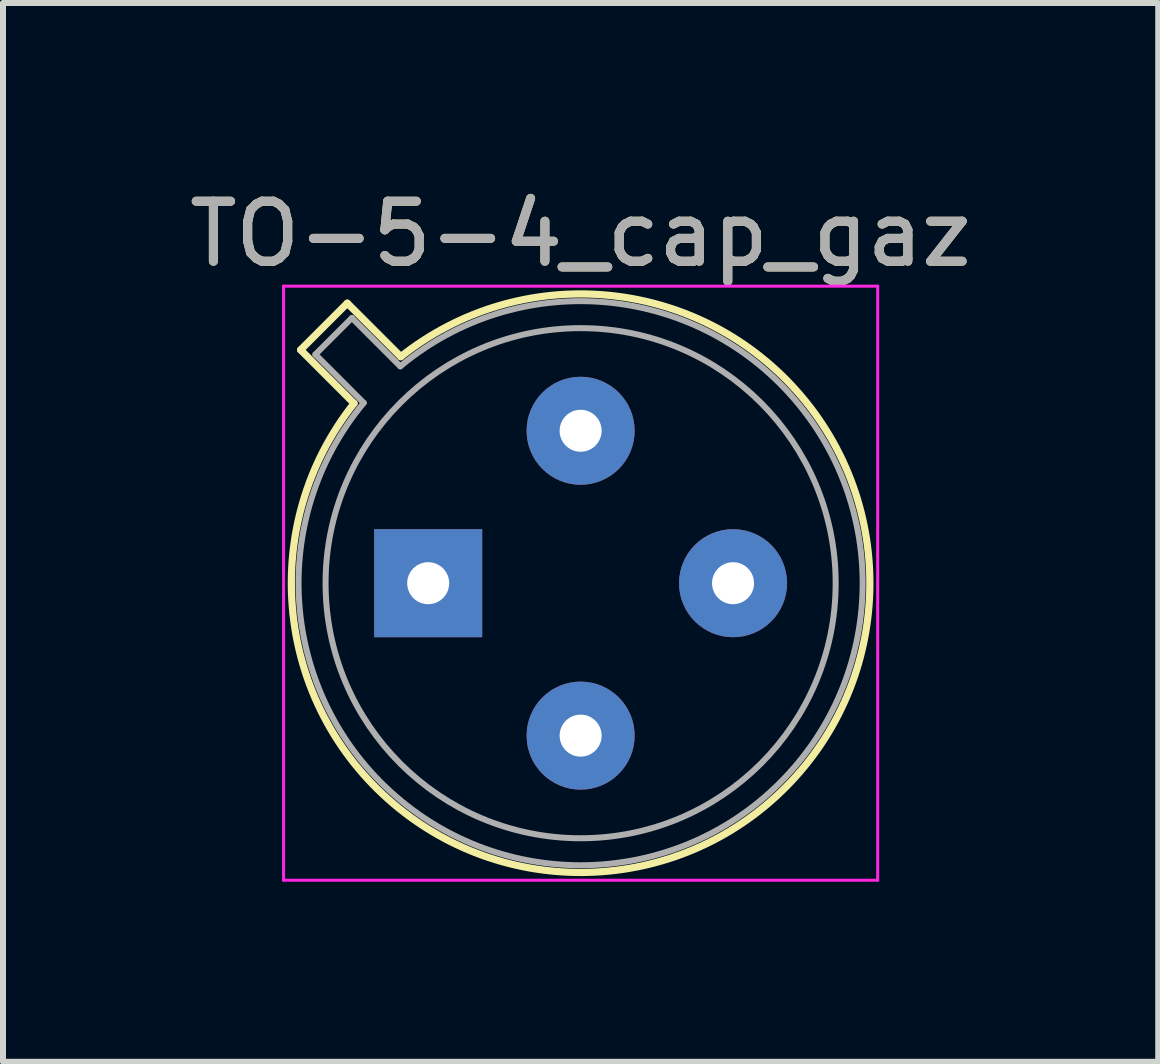
<source format=kicad_pcb>
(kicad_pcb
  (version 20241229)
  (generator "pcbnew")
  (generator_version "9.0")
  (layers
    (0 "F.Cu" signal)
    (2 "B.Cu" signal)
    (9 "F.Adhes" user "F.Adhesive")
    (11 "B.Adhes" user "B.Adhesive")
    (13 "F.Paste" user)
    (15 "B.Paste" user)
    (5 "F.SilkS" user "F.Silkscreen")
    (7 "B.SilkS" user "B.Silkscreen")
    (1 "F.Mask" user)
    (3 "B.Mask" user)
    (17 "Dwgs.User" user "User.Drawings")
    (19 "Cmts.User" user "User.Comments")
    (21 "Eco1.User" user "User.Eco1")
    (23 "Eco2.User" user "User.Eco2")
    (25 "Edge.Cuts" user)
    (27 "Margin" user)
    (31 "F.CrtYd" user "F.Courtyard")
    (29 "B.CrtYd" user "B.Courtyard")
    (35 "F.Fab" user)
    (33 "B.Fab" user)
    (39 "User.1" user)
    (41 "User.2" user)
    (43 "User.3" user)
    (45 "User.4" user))
  (footprint "TO-5-4_cap_gaz"
    (layer "F.Cu")
    (at 4.085 6.668)
    (property "Reference" "TO-5-4_cap_gaz" (at 2.54 -5.82 0) (layer "F.SilkS") (effects (font (size 1 1) (thickness 0.15))))
    (attr through_hole)
    (fp_line (start -2.126 -3.888) (end -1.235 -2.997) (stroke (width 0.12) (type solid)) (layer "F.SilkS"))
    (fp_line (start -1.348 -4.666) (end -2.126 -3.888) (stroke (width 0.12) (type solid)) (layer "F.SilkS"))
    (fp_line (start -0.457 -3.775) (end -1.348 -4.666) (stroke (width 0.12) (type solid)) (layer "F.SilkS"))
    (fp_arc (start -0.457084 -3.774902) (mid 5.948125 3.408384) (end -1.234674 -2.997371) (stroke (width 0.12) (type solid)) (layer "F.SilkS"))
    (fp_line (start -2.41 -4.95) (end -2.41 4.95) (stroke (width 0.05) (type solid)) (layer "F.CrtYd"))
    (fp_line (start -2.41 4.95) (end 7.49 4.95) (stroke (width 0.05) (type solid)) (layer "F.CrtYd"))
    (fp_line (start 7.49 -4.95) (end -2.41 -4.95) (stroke (width 0.05) (type solid)) (layer "F.CrtYd"))
    (fp_line (start 7.49 4.95) (end 7.49 -4.95) (stroke (width 0.05) (type solid)) (layer "F.CrtYd"))
    (fp_line (start -1.88 -3.812) (end -1.074 -3.005) (stroke (width 0.1) (type solid)) (layer "F.Fab"))
    (fp_line (start -1.272 -4.42) (end -1.88 -3.812) (stroke (width 0.1) (type solid)) (layer "F.Fab"))
    (fp_line (start -0.465 -3.614) (end -1.272 -4.42) (stroke (width 0.1) (type solid)) (layer "F.Fab"))
    (fp_arc (start -0.465408 -3.61352) (mid 5.863443 3.323361) (end -1.073594 -3.005319) (stroke (width 0.1) (type solid)) (layer "F.Fab"))
    (fp_circle (center 2.54 0) (end 6.79 0) (stroke (width 0.1) (type solid)) (fill no) (layer "F.Fab"))
    (fp_text user "${REFERENCE}" (at 2.54 -5.82 0) (layer "F.Fab") (effects (font (size 1 1) (thickness 0.15))))
    (pad "1" thru_hole rect (at 0 0) (size 1.8 1.8) (drill 0.7) (layers "*.Cu" "*.Mask"))
    (pad "2" thru_hole circle (at 2.54 2.54) (size 1.8 1.8) (drill 0.7) (layers "*.Cu" "*.Mask"))
    (pad "3" thru_hole circle (at 5.08 0) (size 1.8 1.8) (drill 0.7) (layers "*.Cu" "*.Mask"))
    (pad "4" thru_hole circle (at 2.54 -2.54) (size 1.8 1.8) (drill 0.7) (layers "*.Cu" "*.Mask")))
  (gr_rect
    (start -3 -3)
    (end 16.25 14.643)
    (stroke (width 0.1) (type default))
    (fill no)
    (layer "Edge.Cuts")))
</source>
